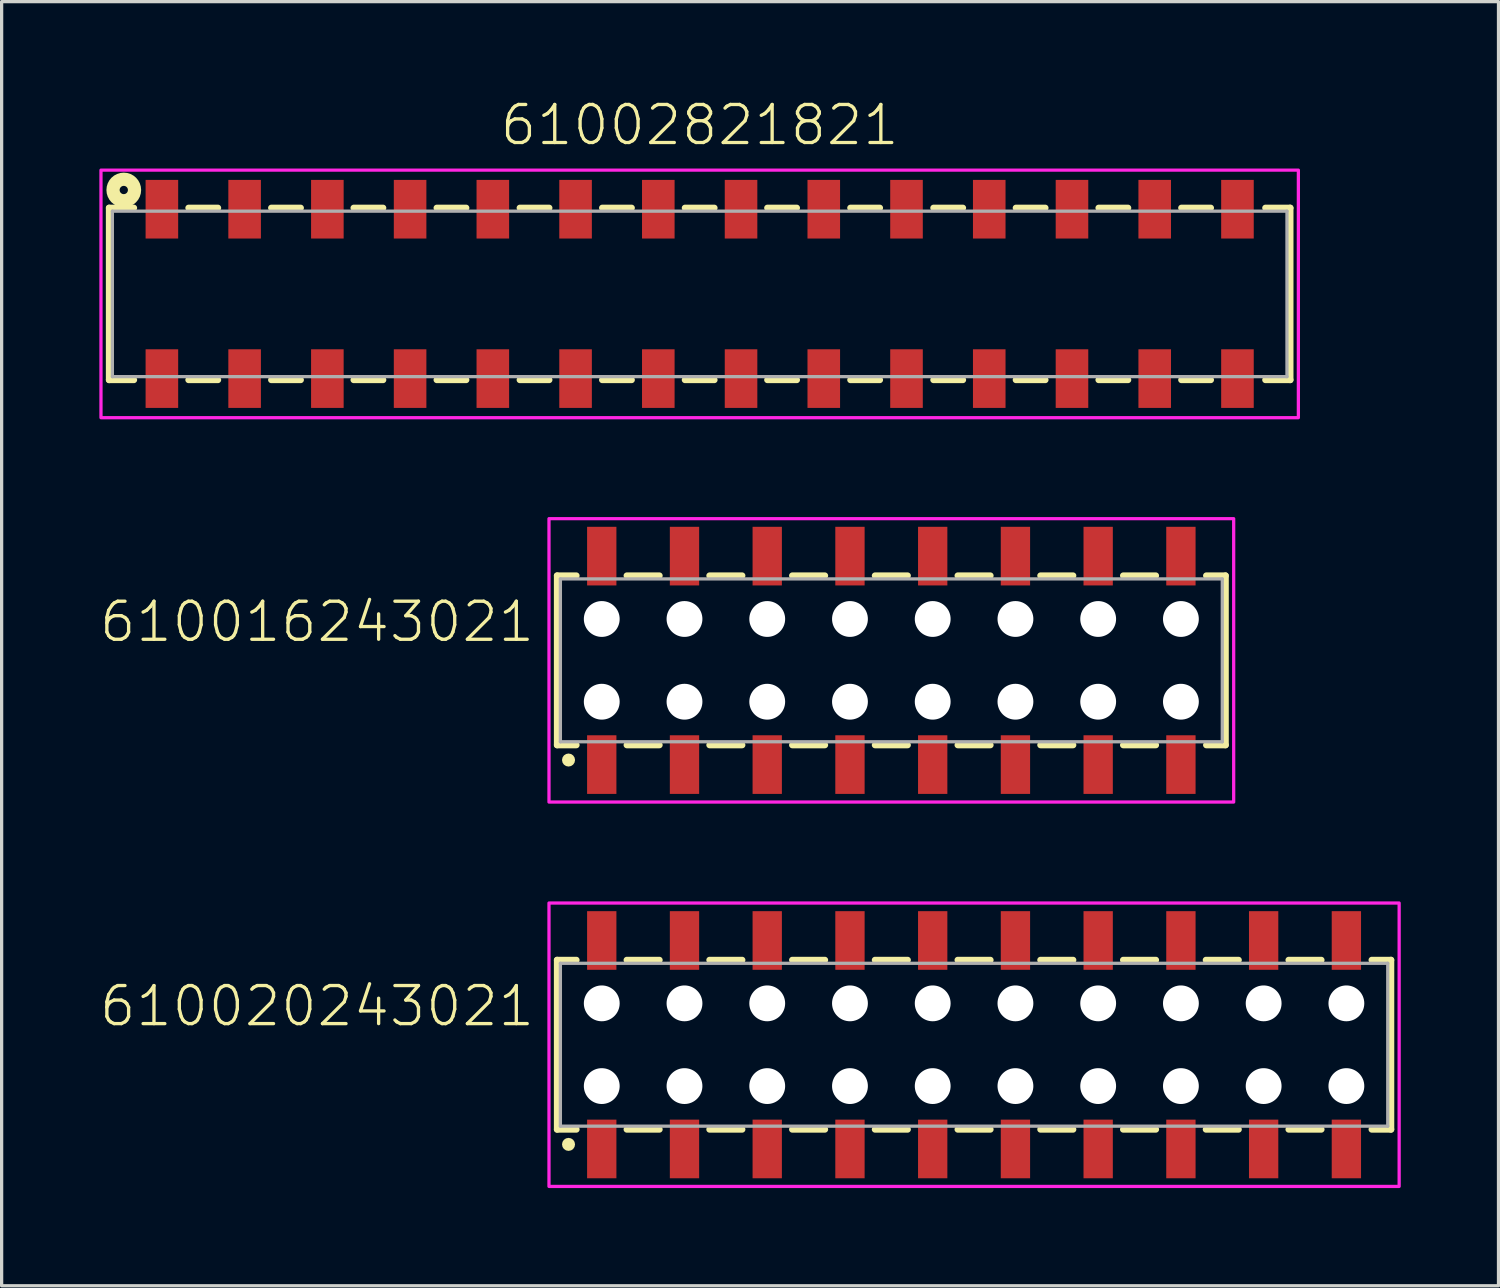
<source format=kicad_pcb>
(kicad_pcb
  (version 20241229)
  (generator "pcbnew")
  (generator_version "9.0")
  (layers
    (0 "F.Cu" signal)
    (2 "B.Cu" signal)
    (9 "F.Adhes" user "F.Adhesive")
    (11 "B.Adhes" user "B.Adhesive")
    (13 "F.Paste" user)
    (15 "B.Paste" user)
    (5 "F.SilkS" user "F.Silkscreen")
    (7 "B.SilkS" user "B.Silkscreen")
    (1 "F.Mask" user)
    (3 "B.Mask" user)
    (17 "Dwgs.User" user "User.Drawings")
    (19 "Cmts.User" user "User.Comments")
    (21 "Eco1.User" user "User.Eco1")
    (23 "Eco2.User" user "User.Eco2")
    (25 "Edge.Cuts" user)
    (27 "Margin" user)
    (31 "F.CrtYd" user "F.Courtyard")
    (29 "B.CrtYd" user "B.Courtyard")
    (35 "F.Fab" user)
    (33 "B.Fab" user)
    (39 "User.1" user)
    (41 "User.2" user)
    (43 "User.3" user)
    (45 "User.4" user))
  (footprint "610016243021"
    (layer "F.Cu")
    (at 24.314 17.223)
    (property "Reference" "610016243021" (at -10.89 -0.5 0) (unlocked yes) (layer "F.SilkS") (effects (font (size 1.168 1.168) (thickness 0.102)) (justify right bottom)))
    (fp_line (start -10.26 -2.6) (end -10.26 2.6) (stroke (width 0.2) (type solid)) (layer "F.SilkS"))
    (fp_line (start -10.26 2.6) (end -9.67 2.6) (stroke (width 0.2) (type solid)) (layer "F.SilkS"))
    (fp_line (start -9.67 -2.6) (end -10.26 -2.6) (stroke (width 0.2) (type solid)) (layer "F.SilkS"))
    (fp_line (start -8.12 2.6) (end -7.12 2.6) (stroke (width 0.2) (type solid)) (layer "F.SilkS"))
    (fp_line (start -7.12 -2.6) (end -8.12 -2.6) (stroke (width 0.2) (type solid)) (layer "F.SilkS"))
    (fp_line (start -5.58 2.6) (end -4.58 2.6) (stroke (width 0.2) (type solid)) (layer "F.SilkS"))
    (fp_line (start -4.58 -2.6) (end -5.58 -2.6) (stroke (width 0.2) (type solid)) (layer "F.SilkS"))
    (fp_line (start -3.04 2.6) (end -2.04 2.6) (stroke (width 0.2) (type solid)) (layer "F.SilkS"))
    (fp_line (start -2.04 -2.6) (end -3.04 -2.6) (stroke (width 0.2) (type solid)) (layer "F.SilkS"))
    (fp_line (start -0.5 2.6) (end 0.5 2.6) (stroke (width 0.2) (type solid)) (layer "F.SilkS"))
    (fp_line (start 0.5 -2.6) (end -0.5 -2.6) (stroke (width 0.2) (type solid)) (layer "F.SilkS"))
    (fp_line (start 2.04 2.6) (end 3.04 2.6) (stroke (width 0.2) (type solid)) (layer "F.SilkS"))
    (fp_line (start 3.04 -2.6) (end 2.04 -2.6) (stroke (width 0.2) (type solid)) (layer "F.SilkS"))
    (fp_line (start 4.58 2.6) (end 5.58 2.6) (stroke (width 0.2) (type solid)) (layer "F.SilkS"))
    (fp_line (start 5.58 -2.6) (end 4.58 -2.6) (stroke (width 0.2) (type solid)) (layer "F.SilkS"))
    (fp_line (start 7.12 2.6) (end 8.12 2.6) (stroke (width 0.2) (type solid)) (layer "F.SilkS"))
    (fp_line (start 8.12 -2.6) (end 7.12 -2.6) (stroke (width 0.2) (type solid)) (layer "F.SilkS"))
    (fp_line (start 9.67 -2.6) (end 10.26 -2.6) (stroke (width 0.2) (type solid)) (layer "F.SilkS"))
    (fp_line (start 10.26 -2.6) (end 10.26 2.6) (stroke (width 0.2) (type solid)) (layer "F.SilkS"))
    (fp_line (start 10.26 2.6) (end 9.67 2.6) (stroke (width 0.2) (type solid)) (layer "F.SilkS"))
    (fp_circle (center -9.91 3.06) (end -9.81 3.06) (stroke (width 0.2) (type solid)) (fill no) (layer "F.SilkS"))
    (fp_poly (pts (xy 10.51 4.35) (xy -10.51 4.35) (xy -10.51 -4.35) (xy 10.51 -4.35)) (stroke (width 0.1) (type default)) (fill no) (layer "F.CrtYd"))
    (fp_line (start -10.16 -2.5) (end -10.16 2.5) (stroke (width 0.1) (type solid)) (layer "F.Fab"))
    (fp_line (start -10.16 -2.5) (end 10.16 -2.5) (stroke (width 0.1) (type solid)) (layer "F.Fab"))
    (fp_line (start -10.16 2.5) (end 10.16 2.5) (stroke (width 0.1) (type solid)) (layer "F.Fab"))
    (fp_line (start 10.16 2.5) (end 10.16 -2.5) (stroke (width 0.1) (type solid)) (layer "F.Fab"))
    (pad "" np_thru_hole circle (at -8.89 -1.27) (size 1.1 1.1) (drill 1.1) (layers "*.Cu" "*.Mask"))
    (pad "" np_thru_hole circle (at -8.89 1.27) (size 1.1 1.1) (drill 1.1) (layers "*.Cu" "*.Mask"))
    (pad "" np_thru_hole circle (at -6.35 -1.27) (size 1.1 1.1) (drill 1.1) (layers "*.Cu" "*.Mask"))
    (pad "" np_thru_hole circle (at -6.35 1.27) (size 1.1 1.1) (drill 1.1) (layers "*.Cu" "*.Mask"))
    (pad "" np_thru_hole circle (at -3.81 -1.27) (size 1.1 1.1) (drill 1.1) (layers "*.Cu" "*.Mask"))
    (pad "" np_thru_hole circle (at -3.81 1.27) (size 1.1 1.1) (drill 1.1) (layers "*.Cu" "*.Mask"))
    (pad "" np_thru_hole circle (at -1.27 -1.27) (size 1.1 1.1) (drill 1.1) (layers "*.Cu" "*.Mask"))
    (pad "" np_thru_hole circle (at -1.27 1.27) (size 1.1 1.1) (drill 1.1) (layers "*.Cu" "*.Mask"))
    (pad "" np_thru_hole circle (at 1.27 -1.27) (size 1.1 1.1) (drill 1.1) (layers "*.Cu" "*.Mask"))
    (pad "" np_thru_hole circle (at 1.27 1.27) (size 1.1 1.1) (drill 1.1) (layers "*.Cu" "*.Mask"))
    (pad "" np_thru_hole circle (at 3.81 -1.27) (size 1.1 1.1) (drill 1.1) (layers "*.Cu" "*.Mask"))
    (pad "" np_thru_hole circle (at 3.81 1.27) (size 1.1 1.1) (drill 1.1) (layers "*.Cu" "*.Mask"))
    (pad "" np_thru_hole circle (at 6.35 -1.27) (size 1.1 1.1) (drill 1.1) (layers "*.Cu" "*.Mask"))
    (pad "" np_thru_hole circle (at 6.35 1.27) (size 1.1 1.1) (drill 1.1) (layers "*.Cu" "*.Mask"))
    (pad "" np_thru_hole circle (at 8.89 -1.27) (size 1.1 1.1) (drill 1.1) (layers "*.Cu" "*.Mask"))
    (pad "" np_thru_hole circle (at 8.89 1.27) (size 1.1 1.1) (drill 1.1) (layers "*.Cu" "*.Mask"))
    (pad "1" smd rect (at -8.89 3.2 90) (size 1.8 0.9) (layers "F.Cu" "F.Mask" "F.Paste"))
    (pad "2" smd rect (at -8.89 -3.2 90) (size 1.8 0.9) (layers "F.Cu" "F.Mask" "F.Paste"))
    (pad "3" smd rect (at -6.35 3.2 90) (size 1.8 0.9) (layers "F.Cu" "F.Mask" "F.Paste"))
    (pad "4" smd rect (at -6.35 -3.2 90) (size 1.8 0.9) (layers "F.Cu" "F.Mask" "F.Paste"))
    (pad "5" smd rect (at -3.81 3.2 90) (size 1.8 0.9) (layers "F.Cu" "F.Mask" "F.Paste"))
    (pad "6" smd rect (at -3.81 -3.2 90) (size 1.8 0.9) (layers "F.Cu" "F.Mask" "F.Paste"))
    (pad "7" smd rect (at -1.27 3.2 90) (size 1.8 0.9) (layers "F.Cu" "F.Mask" "F.Paste"))
    (pad "8" smd rect (at -1.27 -3.2 90) (size 1.8 0.9) (layers "F.Cu" "F.Mask" "F.Paste"))
    (pad "9" smd rect (at 1.27 3.2 90) (size 1.8 0.9) (layers "F.Cu" "F.Mask" "F.Paste"))
    (pad "10" smd rect (at 1.27 -3.2 90) (size 1.8 0.9) (layers "F.Cu" "F.Mask" "F.Paste"))
    (pad "11" smd rect (at 3.81 3.2 90) (size 1.8 0.9) (layers "F.Cu" "F.Mask" "F.Paste"))
    (pad "12" smd rect (at 3.81 -3.2 90) (size 1.8 0.9) (layers "F.Cu" "F.Mask" "F.Paste"))
    (pad "13" smd rect (at 6.35 3.2 90) (size 1.8 0.9) (layers "F.Cu" "F.Mask" "F.Paste"))
    (pad "14" smd rect (at 6.35 -3.2 90) (size 1.8 0.9) (layers "F.Cu" "F.Mask" "F.Paste"))
    (pad "15" smd rect (at 8.89 3.2 90) (size 1.8 0.9) (layers "F.Cu" "F.Mask" "F.Paste"))
    (pad "16" smd rect (at 8.89 -3.2 90) (size 1.8 0.9) (layers "F.Cu" "F.Mask" "F.Paste")))
  (footprint "61002821821"
    (layer "F.Cu")
    (at 18.43 5.973)
    (property "Reference" "61002821821" (at 0 -4.5 0) (unlocked yes) (layer "F.SilkS") (effects (font (size 1.168 1.168) (thickness 0.102)) (justify bottom)))
    (fp_line (start -18.13 -2.64) (end -18.13 2.64) (stroke (width 0.2) (type solid)) (layer "F.SilkS"))
    (fp_line (start -17.37 -2.64) (end -18.13 -2.64) (stroke (width 0.2) (type solid)) (layer "F.SilkS"))
    (fp_line (start -17.37 2.64) (end -18.13 2.64) (stroke (width 0.2) (type solid)) (layer "F.SilkS"))
    (fp_line (start -15.69 -2.64) (end -14.79 -2.64) (stroke (width 0.2) (type solid)) (layer "F.SilkS"))
    (fp_line (start -15.69 2.64) (end -14.79 2.64) (stroke (width 0.2) (type solid)) (layer "F.SilkS"))
    (fp_line (start -13.15 -2.64) (end -12.25 -2.64) (stroke (width 0.2) (type solid)) (layer "F.SilkS"))
    (fp_line (start -13.15 2.64) (end -12.25 2.64) (stroke (width 0.2) (type solid)) (layer "F.SilkS"))
    (fp_line (start -10.62 -2.64) (end -9.72 -2.64) (stroke (width 0.2) (type solid)) (layer "F.SilkS"))
    (fp_line (start -10.62 2.64) (end -9.72 2.64) (stroke (width 0.2) (type solid)) (layer "F.SilkS"))
    (fp_line (start -8.07 -2.64) (end -7.17 -2.64) (stroke (width 0.2) (type solid)) (layer "F.SilkS"))
    (fp_line (start -7.17 2.64) (end -8.07 2.64) (stroke (width 0.2) (type solid)) (layer "F.SilkS"))
    (fp_line (start -5.52 -2.64) (end -4.62 -2.64) (stroke (width 0.2) (type solid)) (layer "F.SilkS"))
    (fp_line (start -5.52 2.64) (end -4.62 2.64) (stroke (width 0.2) (type solid)) (layer "F.SilkS"))
    (fp_line (start -2.99 -2.64) (end -2.09 -2.64) (stroke (width 0.2) (type solid)) (layer "F.SilkS"))
    (fp_line (start -2.99 2.64) (end -2.09 2.64) (stroke (width 0.2) (type solid)) (layer "F.SilkS"))
    (fp_line (start 0.45 -2.64) (end -0.45 -2.64) (stroke (width 0.2) (type solid)) (layer "F.SilkS"))
    (fp_line (start 0.45 2.64) (end -0.45 2.64) (stroke (width 0.2) (type solid)) (layer "F.SilkS"))
    (fp_line (start 2.98 -2.64) (end 2.08 -2.64) (stroke (width 0.2) (type solid)) (layer "F.SilkS"))
    (fp_line (start 2.98 2.64) (end 2.08 2.64) (stroke (width 0.2) (type solid)) (layer "F.SilkS"))
    (fp_line (start 4.63 -2.64) (end 5.53 -2.64) (stroke (width 0.2) (type solid)) (layer "F.SilkS"))
    (fp_line (start 5.53 2.64) (end 4.63 2.64) (stroke (width 0.2) (type solid)) (layer "F.SilkS"))
    (fp_line (start 8.08 -2.64) (end 7.18 -2.64) (stroke (width 0.2) (type solid)) (layer "F.SilkS"))
    (fp_line (start 8.08 2.64) (end 7.18 2.64) (stroke (width 0.2) (type solid)) (layer "F.SilkS"))
    (fp_line (start 10.61 -2.64) (end 9.71 -2.64) (stroke (width 0.2) (type solid)) (layer "F.SilkS"))
    (fp_line (start 10.61 2.64) (end 9.71 2.64) (stroke (width 0.2) (type solid)) (layer "F.SilkS"))
    (fp_line (start 13.15 -2.64) (end 12.25 -2.64) (stroke (width 0.2) (type solid)) (layer "F.SilkS"))
    (fp_line (start 13.15 2.64) (end 12.25 2.64) (stroke (width 0.2) (type solid)) (layer "F.SilkS"))
    (fp_line (start 15.69 -2.64) (end 14.79 -2.64) (stroke (width 0.2) (type solid)) (layer "F.SilkS"))
    (fp_line (start 15.69 2.64) (end 14.79 2.64) (stroke (width 0.2) (type solid)) (layer "F.SilkS"))
    (fp_line (start 17.37 -2.64) (end 18.13 -2.64) (stroke (width 0.2) (type solid)) (layer "F.SilkS"))
    (fp_line (start 17.37 2.64) (end 18.13 2.64) (stroke (width 0.2) (type solid)) (layer "F.SilkS"))
    (fp_line (start 18.13 2.64) (end 18.13 -2.64) (stroke (width 0.2) (type solid)) (layer "F.SilkS"))
    (fp_circle (center -17.68 -3.19) (end -17.553 -3.19) (stroke (width 0.406) (type solid)) (fill no) (layer "F.SilkS"))
    (fp_poly (pts (xy 18.38 3.8) (xy -18.38 3.8) (xy -18.38 -3.8) (xy 18.38 -3.8)) (stroke (width 0.1) (type default)) (fill no) (layer "F.CrtYd"))
    (fp_line (start -18.03 -2.54) (end -18.03 2.54) (stroke (width 0.1) (type solid)) (layer "F.Fab"))
    (fp_line (start -18.03 2.54) (end 18.03 2.54) (stroke (width 0.1) (type solid)) (layer "F.Fab"))
    (fp_line (start 18.03 -2.54) (end -18.03 -2.54) (stroke (width 0.1) (type solid)) (layer "F.Fab"))
    (fp_line (start 18.03 2.54) (end 18.03 -2.54) (stroke (width 0.1) (type solid)) (layer "F.Fab"))
    (pad "1" smd rect (at -16.51 -2.6) (size 1 1.8) (layers "F.Cu" "F.Mask" "F.Paste"))
    (pad "2" smd rect (at -16.51 2.6) (size 1 1.8) (layers "F.Cu" "F.Mask" "F.Paste"))
    (pad "3" smd rect (at -13.97 -2.6) (size 1 1.8) (layers "F.Cu" "F.Mask" "F.Paste"))
    (pad "4" smd rect (at -13.97 2.6) (size 1 1.8) (layers "F.Cu" "F.Mask" "F.Paste"))
    (pad "5" smd rect (at -11.43 -2.6) (size 1 1.8) (layers "F.Cu" "F.Mask" "F.Paste"))
    (pad "6" smd rect (at -11.43 2.6) (size 1 1.8) (layers "F.Cu" "F.Mask" "F.Paste"))
    (pad "7" smd rect (at -8.89 -2.6) (size 1 1.8) (layers "F.Cu" "F.Mask" "F.Paste"))
    (pad "8" smd rect (at -8.89 2.6) (size 1 1.8) (layers "F.Cu" "F.Mask" "F.Paste"))
    (pad "9" smd rect (at -6.35 -2.6) (size 1 1.8) (layers "F.Cu" "F.Mask" "F.Paste"))
    (pad "10" smd rect (at -6.35 2.6) (size 1 1.8) (layers "F.Cu" "F.Mask" "F.Paste"))
    (pad "11" smd rect (at -3.81 -2.6) (size 1 1.8) (layers "F.Cu" "F.Mask" "F.Paste"))
    (pad "12" smd rect (at -3.81 2.6) (size 1 1.8) (layers "F.Cu" "F.Mask" "F.Paste"))
    (pad "13" smd rect (at -1.27 -2.6) (size 1 1.8) (layers "F.Cu" "F.Mask" "F.Paste"))
    (pad "14" smd rect (at -1.27 2.6) (size 1 1.8) (layers "F.Cu" "F.Mask" "F.Paste"))
    (pad "15" smd rect (at 1.27 -2.6) (size 1 1.8) (layers "F.Cu" "F.Mask" "F.Paste"))
    (pad "16" smd rect (at 1.27 2.6) (size 1 1.8) (layers "F.Cu" "F.Mask" "F.Paste"))
    (pad "17" smd rect (at 3.81 -2.6) (size 1 1.8) (layers "F.Cu" "F.Mask" "F.Paste"))
    (pad "18" smd rect (at 3.81 2.6) (size 1 1.8) (layers "F.Cu" "F.Mask" "F.Paste"))
    (pad "19" smd rect (at 6.35 -2.6) (size 1 1.8) (layers "F.Cu" "F.Mask" "F.Paste"))
    (pad "20" smd rect (at 6.35 2.6) (size 1 1.8) (layers "F.Cu" "F.Mask" "F.Paste"))
    (pad "21" smd rect (at 8.89 -2.6) (size 1 1.8) (layers "F.Cu" "F.Mask" "F.Paste"))
    (pad "22" smd rect (at 8.89 2.6) (size 1 1.8) (layers "F.Cu" "F.Mask" "F.Paste"))
    (pad "23" smd rect (at 11.43 -2.6) (size 1 1.8) (layers "F.Cu" "F.Mask" "F.Paste"))
    (pad "24" smd rect (at 11.43 2.6) (size 1 1.8) (layers "F.Cu" "F.Mask" "F.Paste"))
    (pad "25" smd rect (at 13.97 -2.6) (size 1 1.8) (layers "F.Cu" "F.Mask" "F.Paste"))
    (pad "26" smd rect (at 13.97 2.6) (size 1 1.8) (layers "F.Cu" "F.Mask" "F.Paste"))
    (pad "27" smd rect (at 16.51 -2.6) (size 1 1.8) (layers "F.Cu" "F.Mask" "F.Paste"))
    (pad "28" smd rect (at 16.51 2.6) (size 1 1.8) (layers "F.Cu" "F.Mask" "F.Paste")))
  (footprint "610020243021"
    (layer "F.Cu")
    (at 26.854 29.023)
    (property "Reference" "610020243021" (at -13.43 -0.5 0) (unlocked yes) (layer "F.SilkS") (effects (font (size 1.168 1.168) (thickness 0.102)) (justify right bottom)))
    (fp_line (start -12.8 -2.6) (end -12.8 2.6) (stroke (width 0.2) (type solid)) (layer "F.SilkS"))
    (fp_line (start -12.8 2.6) (end -12.21 2.6) (stroke (width 0.2) (type solid)) (layer "F.SilkS"))
    (fp_line (start -12.21 -2.6) (end -12.8 -2.6) (stroke (width 0.2) (type solid)) (layer "F.SilkS"))
    (fp_line (start -10.66 2.6) (end -9.66 2.6) (stroke (width 0.2) (type solid)) (layer "F.SilkS"))
    (fp_line (start -9.66 -2.6) (end -10.66 -2.6) (stroke (width 0.2) (type solid)) (layer "F.SilkS"))
    (fp_line (start -8.12 2.6) (end -7.12 2.6) (stroke (width 0.2) (type solid)) (layer "F.SilkS"))
    (fp_line (start -7.12 -2.6) (end -8.12 -2.6) (stroke (width 0.2) (type solid)) (layer "F.SilkS"))
    (fp_line (start -5.58 2.6) (end -4.58 2.6) (stroke (width 0.2) (type solid)) (layer "F.SilkS"))
    (fp_line (start -4.58 -2.6) (end -5.58 -2.6) (stroke (width 0.2) (type solid)) (layer "F.SilkS"))
    (fp_line (start -3.04 2.6) (end -2.04 2.6) (stroke (width 0.2) (type solid)) (layer "F.SilkS"))
    (fp_line (start -2.04 -2.6) (end -3.04 -2.6) (stroke (width 0.2) (type solid)) (layer "F.SilkS"))
    (fp_line (start -0.5 2.6) (end 0.5 2.6) (stroke (width 0.2) (type solid)) (layer "F.SilkS"))
    (fp_line (start 0.5 -2.6) (end -0.5 -2.6) (stroke (width 0.2) (type solid)) (layer "F.SilkS"))
    (fp_line (start 2.04 2.6) (end 3.04 2.6) (stroke (width 0.2) (type solid)) (layer "F.SilkS"))
    (fp_line (start 3.04 -2.6) (end 2.04 -2.6) (stroke (width 0.2) (type solid)) (layer "F.SilkS"))
    (fp_line (start 4.58 2.6) (end 5.58 2.6) (stroke (width 0.2) (type solid)) (layer "F.SilkS"))
    (fp_line (start 5.58 -2.6) (end 4.58 -2.6) (stroke (width 0.2) (type solid)) (layer "F.SilkS"))
    (fp_line (start 7.12 2.6) (end 8.12 2.6) (stroke (width 0.2) (type solid)) (layer "F.SilkS"))
    (fp_line (start 8.12 -2.6) (end 7.12 -2.6) (stroke (width 0.2) (type solid)) (layer "F.SilkS"))
    (fp_line (start 9.66 2.6) (end 10.66 2.6) (stroke (width 0.2) (type solid)) (layer "F.SilkS"))
    (fp_line (start 10.66 -2.6) (end 9.66 -2.6) (stroke (width 0.2) (type solid)) (layer "F.SilkS"))
    (fp_line (start 12.21 -2.6) (end 12.8 -2.6) (stroke (width 0.2) (type solid)) (layer "F.SilkS"))
    (fp_line (start 12.8 -2.6) (end 12.8 2.6) (stroke (width 0.2) (type solid)) (layer "F.SilkS"))
    (fp_line (start 12.8 2.6) (end 12.21 2.6) (stroke (width 0.2) (type solid)) (layer "F.SilkS"))
    (fp_circle (center -12.45 3.06) (end -12.35 3.06) (stroke (width 0.2) (type solid)) (fill no) (layer "F.SilkS"))
    (fp_poly (pts (xy 13.05 4.35) (xy -13.05 4.35) (xy -13.05 -4.35) (xy 13.05 -4.35)) (stroke (width 0.1) (type default)) (fill no) (layer "F.CrtYd"))
    (fp_line (start -12.7 -2.5) (end -12.7 2.5) (stroke (width 0.1) (type solid)) (layer "F.Fab"))
    (fp_line (start -12.7 -2.5) (end 12.7 -2.5) (stroke (width 0.1) (type solid)) (layer "F.Fab"))
    (fp_line (start -12.7 2.5) (end 12.7 2.5) (stroke (width 0.1) (type solid)) (layer "F.Fab"))
    (fp_line (start 12.7 2.5) (end 12.7 -2.5) (stroke (width 0.1) (type solid)) (layer "F.Fab"))
    (pad "" np_thru_hole circle (at -11.43 -1.27) (size 1.1 1.1) (drill 1.1) (layers "*.Cu" "*.Mask"))
    (pad "" np_thru_hole circle (at -11.43 1.27) (size 1.1 1.1) (drill 1.1) (layers "*.Cu" "*.Mask"))
    (pad "" np_thru_hole circle (at -8.89 -1.27) (size 1.1 1.1) (drill 1.1) (layers "*.Cu" "*.Mask"))
    (pad "" np_thru_hole circle (at -8.89 1.27) (size 1.1 1.1) (drill 1.1) (layers "*.Cu" "*.Mask"))
    (pad "" np_thru_hole circle (at -6.35 -1.27) (size 1.1 1.1) (drill 1.1) (layers "*.Cu" "*.Mask"))
    (pad "" np_thru_hole circle (at -6.35 1.27) (size 1.1 1.1) (drill 1.1) (layers "*.Cu" "*.Mask"))
    (pad "" np_thru_hole circle (at -3.81 -1.27) (size 1.1 1.1) (drill 1.1) (layers "*.Cu" "*.Mask"))
    (pad "" np_thru_hole circle (at -3.81 1.27) (size 1.1 1.1) (drill 1.1) (layers "*.Cu" "*.Mask"))
    (pad "" np_thru_hole circle (at -1.27 -1.27) (size 1.1 1.1) (drill 1.1) (layers "*.Cu" "*.Mask"))
    (pad "" np_thru_hole circle (at -1.27 1.27) (size 1.1 1.1) (drill 1.1) (layers "*.Cu" "*.Mask"))
    (pad "" np_thru_hole circle (at 1.27 -1.27) (size 1.1 1.1) (drill 1.1) (layers "*.Cu" "*.Mask"))
    (pad "" np_thru_hole circle (at 1.27 1.27) (size 1.1 1.1) (drill 1.1) (layers "*.Cu" "*.Mask"))
    (pad "" np_thru_hole circle (at 3.81 -1.27) (size 1.1 1.1) (drill 1.1) (layers "*.Cu" "*.Mask"))
    (pad "" np_thru_hole circle (at 3.81 1.27) (size 1.1 1.1) (drill 1.1) (layers "*.Cu" "*.Mask"))
    (pad "" np_thru_hole circle (at 6.35 -1.27) (size 1.1 1.1) (drill 1.1) (layers "*.Cu" "*.Mask"))
    (pad "" np_thru_hole circle (at 6.35 1.27) (size 1.1 1.1) (drill 1.1) (layers "*.Cu" "*.Mask"))
    (pad "" np_thru_hole circle (at 8.89 -1.27) (size 1.1 1.1) (drill 1.1) (layers "*.Cu" "*.Mask"))
    (pad "" np_thru_hole circle (at 8.89 1.27) (size 1.1 1.1) (drill 1.1) (layers "*.Cu" "*.Mask"))
    (pad "" np_thru_hole circle (at 11.43 -1.27) (size 1.1 1.1) (drill 1.1) (layers "*.Cu" "*.Mask"))
    (pad "" np_thru_hole circle (at 11.43 1.27) (size 1.1 1.1) (drill 1.1) (layers "*.Cu" "*.Mask"))
    (pad "1" smd rect (at -11.43 3.2 90) (size 1.8 0.9) (layers "F.Cu" "F.Mask" "F.Paste"))
    (pad "2" smd rect (at -11.43 -3.2 90) (size 1.8 0.9) (layers "F.Cu" "F.Mask" "F.Paste"))
    (pad "3" smd rect (at -8.89 3.2 90) (size 1.8 0.9) (layers "F.Cu" "F.Mask" "F.Paste"))
    (pad "4" smd rect (at -8.89 -3.2 90) (size 1.8 0.9) (layers "F.Cu" "F.Mask" "F.Paste"))
    (pad "5" smd rect (at -6.35 3.2 90) (size 1.8 0.9) (layers "F.Cu" "F.Mask" "F.Paste"))
    (pad "6" smd rect (at -6.35 -3.2 90) (size 1.8 0.9) (layers "F.Cu" "F.Mask" "F.Paste"))
    (pad "7" smd rect (at -3.81 3.2 90) (size 1.8 0.9) (layers "F.Cu" "F.Mask" "F.Paste"))
    (pad "8" smd rect (at -3.81 -3.2 90) (size 1.8 0.9) (layers "F.Cu" "F.Mask" "F.Paste"))
    (pad "9" smd rect (at -1.27 3.2 90) (size 1.8 0.9) (layers "F.Cu" "F.Mask" "F.Paste"))
    (pad "10" smd rect (at -1.27 -3.2 90) (size 1.8 0.9) (layers "F.Cu" "F.Mask" "F.Paste"))
    (pad "11" smd rect (at 1.27 3.2 90) (size 1.8 0.9) (layers "F.Cu" "F.Mask" "F.Paste"))
    (pad "12" smd rect (at 1.27 -3.2 90) (size 1.8 0.9) (layers "F.Cu" "F.Mask" "F.Paste"))
    (pad "13" smd rect (at 3.81 3.2 90) (size 1.8 0.9) (layers "F.Cu" "F.Mask" "F.Paste"))
    (pad "14" smd rect (at 3.81 -3.2 90) (size 1.8 0.9) (layers "F.Cu" "F.Mask" "F.Paste"))
    (pad "15" smd rect (at 6.35 3.2 90) (size 1.8 0.9) (layers "F.Cu" "F.Mask" "F.Paste"))
    (pad "16" smd rect (at 6.35 -3.2 90) (size 1.8 0.9) (layers "F.Cu" "F.Mask" "F.Paste"))
    (pad "17" smd rect (at 8.89 3.2 90) (size 1.8 0.9) (layers "F.Cu" "F.Mask" "F.Paste"))
    (pad "18" smd rect (at 8.89 -3.2 90) (size 1.8 0.9) (layers "F.Cu" "F.Mask" "F.Paste"))
    (pad "19" smd rect (at 11.43 3.2 90) (size 1.8 0.9) (layers "F.Cu" "F.Mask" "F.Paste"))
    (pad "20" smd rect (at 11.43 -3.2 90) (size 1.8 0.9) (layers "F.Cu" "F.Mask" "F.Paste")))
  (gr_rect
    (start -3 -3)
    (end 42.954 36.423)
    (stroke (width 0.1) (type default))
    (fill no)
    (layer "Edge.Cuts")))
</source>
